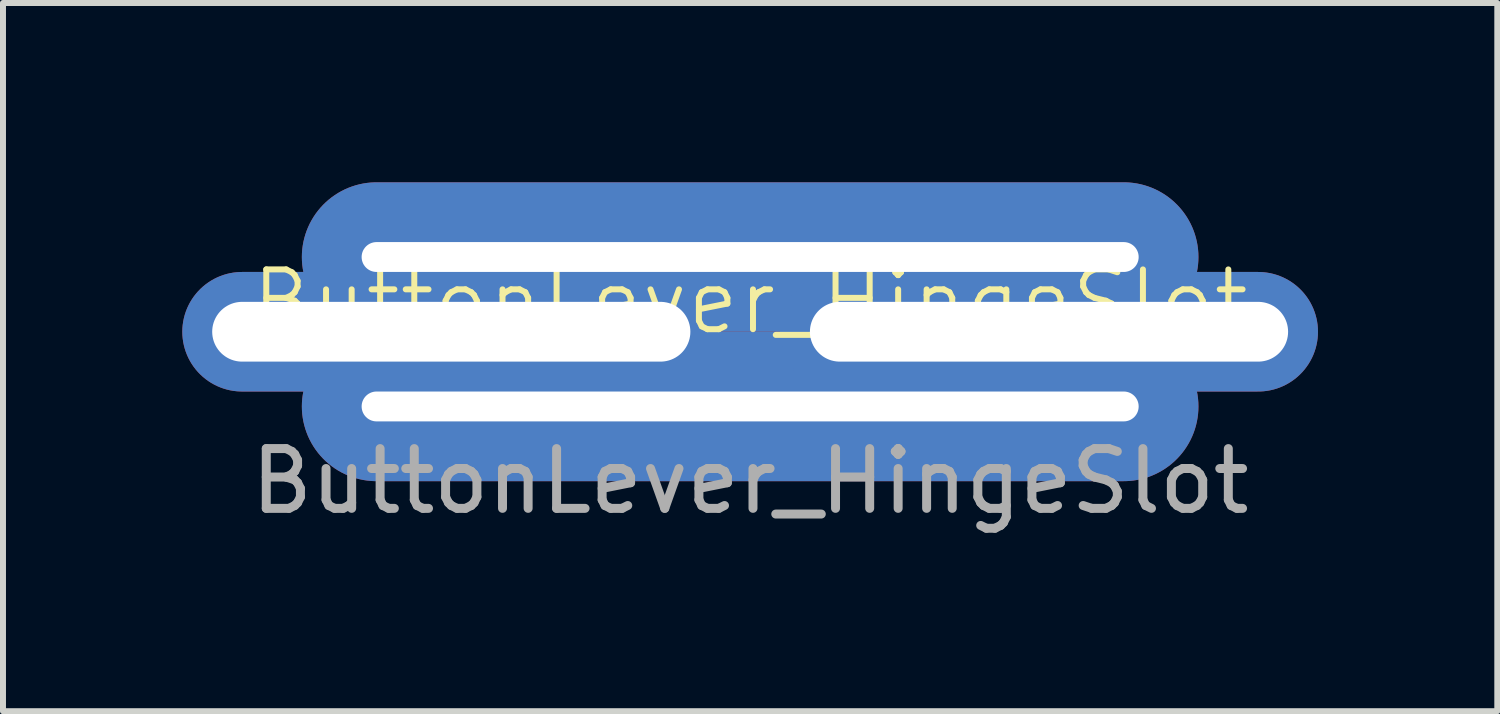
<source format=kicad_pcb>
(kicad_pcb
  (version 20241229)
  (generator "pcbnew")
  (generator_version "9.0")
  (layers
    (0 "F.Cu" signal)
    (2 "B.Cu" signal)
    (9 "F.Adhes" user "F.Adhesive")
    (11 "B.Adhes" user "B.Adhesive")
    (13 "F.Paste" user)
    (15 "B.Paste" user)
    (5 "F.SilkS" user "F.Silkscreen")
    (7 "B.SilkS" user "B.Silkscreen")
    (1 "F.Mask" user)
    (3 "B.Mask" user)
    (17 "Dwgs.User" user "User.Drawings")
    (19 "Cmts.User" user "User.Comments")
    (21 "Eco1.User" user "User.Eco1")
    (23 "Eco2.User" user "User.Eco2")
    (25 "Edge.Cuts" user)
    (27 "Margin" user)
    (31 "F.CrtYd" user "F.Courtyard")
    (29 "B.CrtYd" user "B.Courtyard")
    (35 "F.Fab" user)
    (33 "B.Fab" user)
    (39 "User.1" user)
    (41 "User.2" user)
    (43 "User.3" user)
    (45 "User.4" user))
  (footprint "ButtonLever_HingeSlot"
    (layer "F.Cu")
    (at 9.5 2.5)
    (property "Reference" "ButtonLever_HingeSlot" (at 0 -0.5 0) (unlocked yes) (layer "F.SilkS") (effects (font (size 1 1) (thickness 0.1))))
    (attr smd)
    (fp_text user "${REFERENCE}" (at 0 2.5 0) (unlocked yes) (layer "F.Fab") (effects (font (size 1 1) (thickness 0.15))))
    (pad "1" thru_hole oval (at -5 0) (size 9 2) (drill oval 8 1) (layers "*.Cu" "*.Mask"))
    (pad "1" thru_hole oval (at 0 -1.25) (size 15 2.5) (drill oval 13 0.5) (layers "*.Cu" "*.Mask"))
    (pad "1" thru_hole oval (at 0 1.25) (size 15 2.5) (drill oval 13 0.5) (layers "*.Cu" "*.Mask"))
    (pad "1" thru_hole oval (at 5 0) (size 9 2) (drill oval 8 1) (layers "*.Cu" "*.Mask")))
  (gr_rect
    (start -3 -3)
    (end 22 8.848)
    (stroke (width 0.1) (type default))
    (fill no)
    (layer "Edge.Cuts")))
</source>
